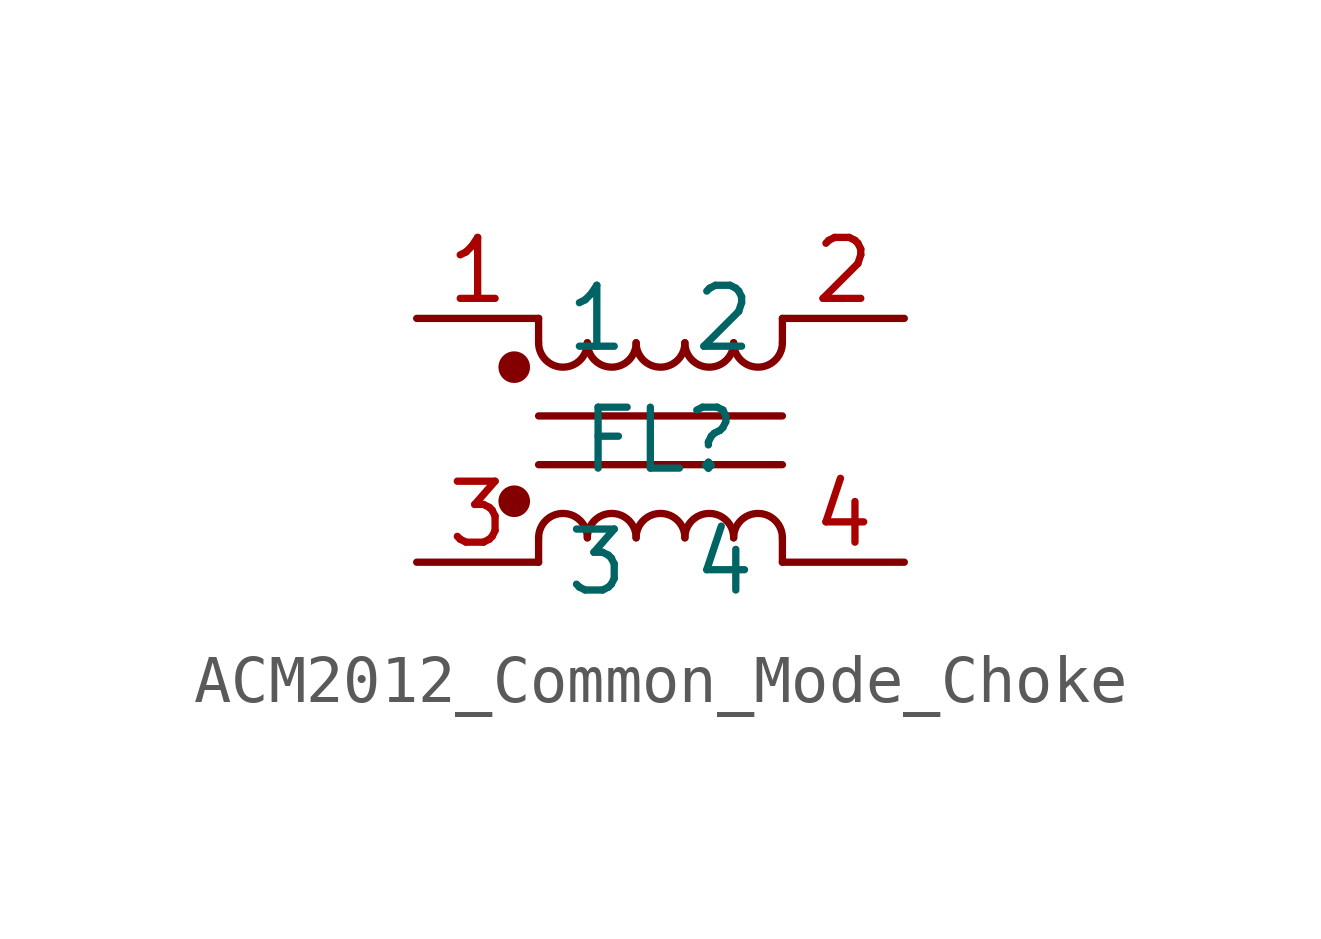
<source format=kicad_sym>
(kicad_symbol_lib
  (version 20231120)
  (generator "kicad_symbol_editor")
  (generator_version "8.99")
  (symbol "ACM2012_Common_Mode_Choke"
    (property "Reference" "FL"
      (at 0 0 0)
      (effects (font (size 1.27 1.27))))
    (property "Value" ""
      (at 0 0 0)
      (effects (font (size 1.27 1.27))))
    (symbol "ACM2012_Common_Mode_Choke_0_1"
      (circle (center -3.048 1.524) (radius 0.254) (stroke (width 0) (type default)) (fill (type outline)))
      (circle (center -3.048 -1.27) (radius 0.254) (stroke (width 0) (type default)) (fill (type outline)))
      (polyline (pts (xy -2.54 2.032) (xy -2.54 2.54)) (stroke (width 0) (type default)) (fill (type none)))
      (polyline (pts (xy -2.54 0.508) (xy 2.54 0.508)) (stroke (width 0) (type default)) (fill (type none)))
      (polyline (pts (xy -2.54 -2.032) (xy -2.54 -2.54)) (stroke (width 0) (type default)) (fill (type none)))
      (arc (start -1.524 2.032) (mid -2.032 1.5262) (end -2.54 2.032) (stroke (width 0) (type default)) (fill (type none)))
      (arc (start -2.54 -2.032) (mid -2.032 -1.5262) (end -1.524 -2.032) (stroke (width 0) (type default)) (fill (type none)))
      (arc (start -0.508 2.032) (mid -1.016 1.5262) (end -1.524 2.032) (stroke (width 0) (type default)) (fill (type none)))
      (arc (start -1.524 -2.032) (mid -1.016 -1.5262) (end -0.508 -2.032) (stroke (width 0) (type default)) (fill (type none)))
      (arc (start 0.508 2.032) (mid 0 1.5262) (end -0.508 2.032) (stroke (width 0) (type default)) (fill (type none)))
      (arc (start -0.508 -2.032) (mid 0 -1.5262) (end 0.508 -2.032) (stroke (width 0) (type default)) (fill (type none)))
      (arc (start 1.524 2.032) (mid 1.016 1.5262) (end 0.508 2.032) (stroke (width 0) (type default)) (fill (type none)))
      (arc (start 0.508 -2.032) (mid 1.016 -1.5262) (end 1.524 -2.032) (stroke (width 0) (type default)) (fill (type none)))
      (arc (start 2.54 2.032) (mid 2.032 1.5262) (end 1.524 2.032) (stroke (width 0) (type default)) (fill (type none)))
      (arc (start 1.524 -2.032) (mid 2.032 -1.5262) (end 2.54 -2.032) (stroke (width 0) (type default)) (fill (type none)))
      (polyline (pts (xy 2.54 2.54) (xy 2.54 2.032)) (stroke (width 0) (type default)) (fill (type none)))
      (polyline (pts (xy 2.54 -0.508) (xy -2.54 -0.508)) (stroke (width 0) (type default)) (fill (type none)))
      (polyline (pts (xy 2.54 -2.032) (xy 2.54 -2.54)) (stroke (width 0) (type default)) (fill (type none))))
    (symbol "ACM2012_Common_Mode_Choke_1_1"
      (pin passive line (at -5.08 2.54 0) (length 2.54) (name "1" (effects (font (size 1.27 1.27)))) (number "1" (effects (font (size 1.27 1.27)))))
      (pin passive line (at 5.08 2.54 180) (length 2.54) (name "2" (effects (font (size 1.27 1.27)))) (number "2" (effects (font (size 1.27 1.27)))))
      (pin passive line (at -5.08 -2.54 0) (length 2.54) (name "3" (effects (font (size 1.27 1.27)))) (number "3" (effects (font (size 1.27 1.27)))))
      (pin passive line (at 5.08 -2.54 180) (length 2.54) (name "4" (effects (font (size 1.27 1.27)))) (number "4" (effects (font (size 1.27 1.27))))))))
</source>
